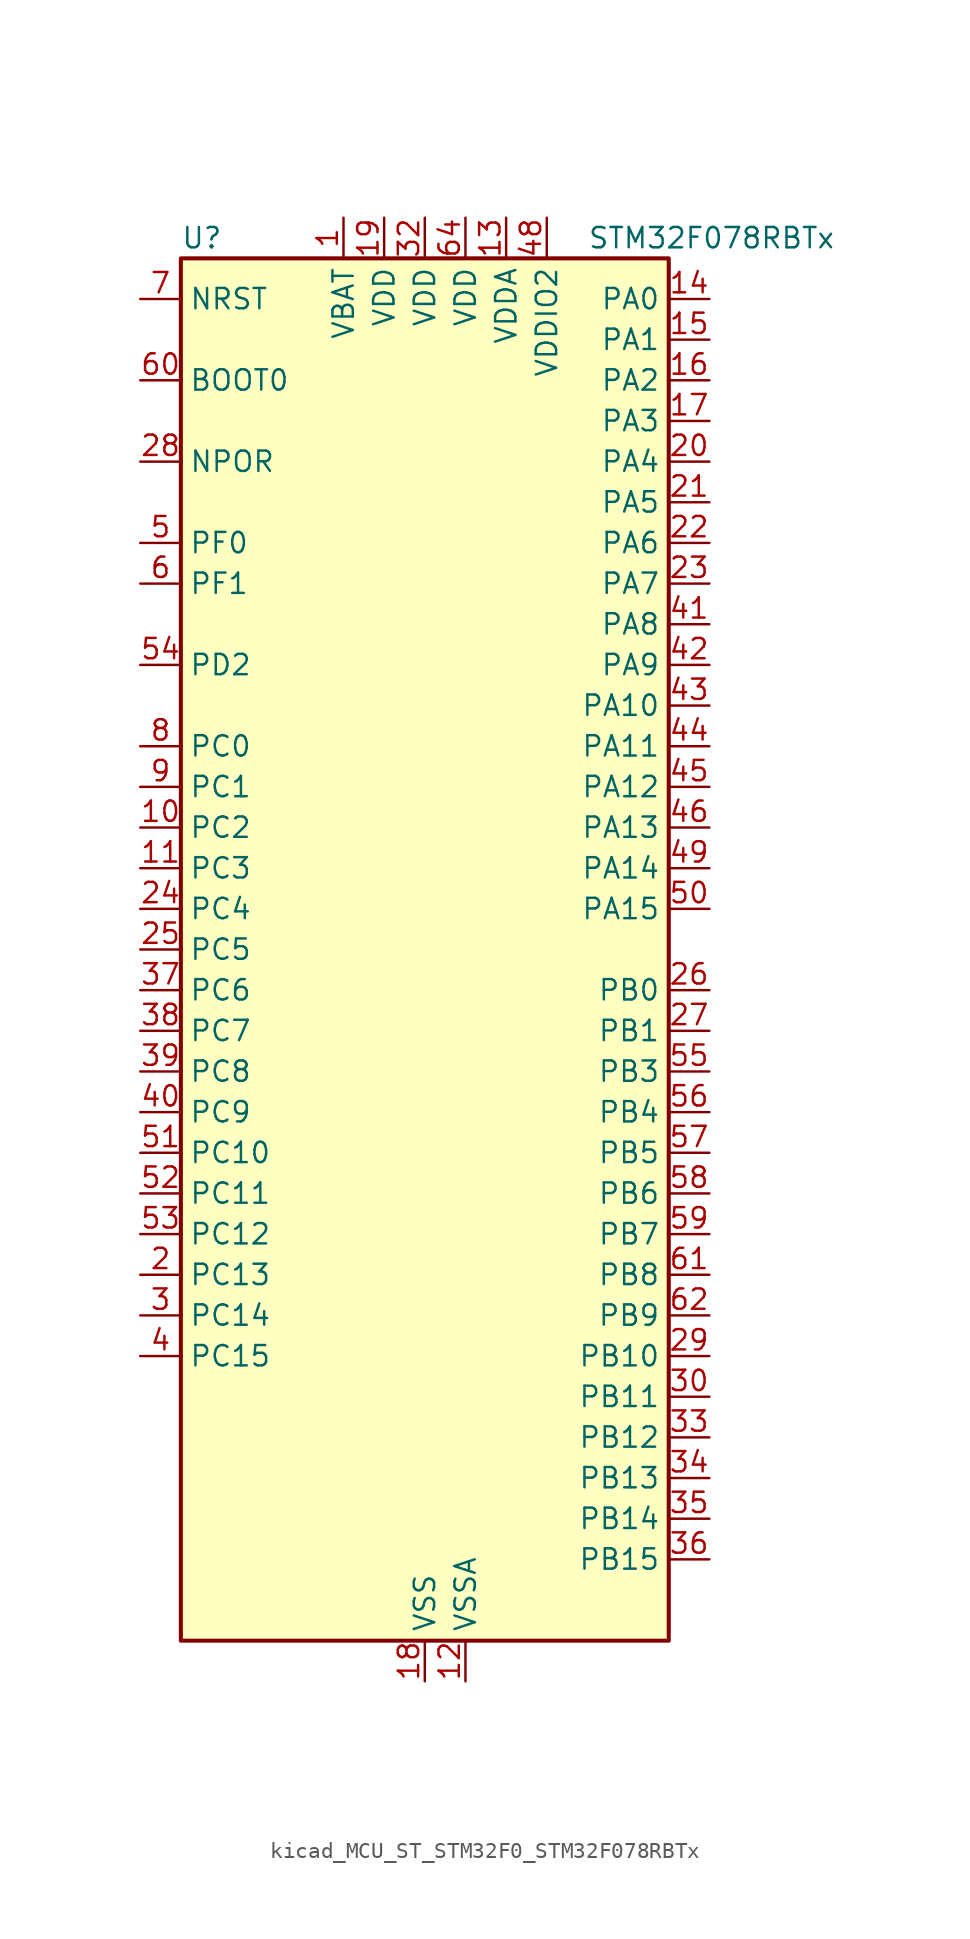
<source format=kicad_sym>
(kicad_symbol_lib
  (version 20220914)
  (generator kicad_symbol_editor)
  (symbol "kicad_MCU_ST_STM32F0_STM32F078RBTx"
    (property "Reference" "U"
      (at -15.24 44.45 0)
      (effects (font (size 1.27 1.27)) (justify left)))
    (property "Value" "STM32F078RBTx"
      (at 10.16 44.45 0)
      (effects (font (size 1.27 1.27)) (justify left)))
    (property "ki_locked" ""
      (at 0 0 0)
      (effects (font (size 1.27 1.27))))
    (symbol "kicad_MCU_ST_STM32F0_STM32F078RBTx_0_1"
      (rectangle (start -15.24 -43.18) (end 15.24 43.18) (stroke (width 0.254) (type default)) (fill (type background))))
    (symbol "kicad_MCU_ST_STM32F0_STM32F078RBTx_1_1"
      (pin power_in line (at -5.08 45.72 270) (length 2.54) (name "VBAT" (effects (font (size 1.27 1.27)))) (number "1" (effects (font (size 1.27 1.27)))))
      (pin bidirectional line (at -17.78 7.62 0) (length 2.54) (name "PC2" (effects (font (size 1.27 1.27)))) (number "10" (effects (font (size 1.27 1.27)))) (alternate "ADC_IN12" bidirectional line) (alternate "I2S2_MCK" bidirectional line) (alternate "SPI2_MISO" bidirectional line))
      (pin bidirectional line (at -17.78 5.08 0) (length 2.54) (name "PC3" (effects (font (size 1.27 1.27)))) (number "11" (effects (font (size 1.27 1.27)))) (alternate "ADC_IN13" bidirectional line) (alternate "I2S2_SD" bidirectional line) (alternate "SPI2_MOSI" bidirectional line))
      (pin power_in line (at 2.54 -45.72 90) (length 2.54) (name "VSSA" (effects (font (size 1.27 1.27)))) (number "12" (effects (font (size 1.27 1.27)))))
      (pin power_in line (at 5.08 45.72 270) (length 2.54) (name "VDDA" (effects (font (size 1.27 1.27)))) (number "13" (effects (font (size 1.27 1.27)))))
      (pin bidirectional line (at 17.78 40.64 180) (length 2.54) (name "PA0" (effects (font (size 1.27 1.27)))) (number "14" (effects (font (size 1.27 1.27)))) (alternate "ADC_IN0" bidirectional line) (alternate "COMP1_INM" bidirectional line) (alternate "COMP1_OUT" bidirectional line) (alternate "RTC_TAMP2" bidirectional line) (alternate "SYS_WKUP1" bidirectional line) (alternate "TIM2_CH1" bidirectional line) (alternate "TIM2_ETR" bidirectional line) (alternate "TSC_G1_IO1" bidirectional line) (alternate "USART2_CTS" bidirectional line) (alternate "USART4_TX" bidirectional line))
      (pin bidirectional line (at 17.78 38.1 180) (length 2.54) (name "PA1" (effects (font (size 1.27 1.27)))) (number "15" (effects (font (size 1.27 1.27)))) (alternate "ADC_IN1" bidirectional line) (alternate "COMP1_INP" bidirectional line) (alternate "TIM15_CH1N" bidirectional line) (alternate "TIM2_CH2" bidirectional line) (alternate "TSC_G1_IO2" bidirectional line) (alternate "USART2_DE" bidirectional line) (alternate "USART2_RTS" bidirectional line) (alternate "USART4_RX" bidirectional line))
      (pin bidirectional line (at 17.78 35.56 180) (length 2.54) (name "PA2" (effects (font (size 1.27 1.27)))) (number "16" (effects (font (size 1.27 1.27)))) (alternate "ADC_IN2" bidirectional line) (alternate "COMP2_INM" bidirectional line) (alternate "COMP2_OUT" bidirectional line) (alternate "SYS_WKUP4" bidirectional line) (alternate "TIM15_CH1" bidirectional line) (alternate "TIM2_CH3" bidirectional line) (alternate "TSC_G1_IO3" bidirectional line) (alternate "USART2_TX" bidirectional line))
      (pin bidirectional line (at 17.78 33.02 180) (length 2.54) (name "PA3" (effects (font (size 1.27 1.27)))) (number "17" (effects (font (size 1.27 1.27)))) (alternate "ADC_IN3" bidirectional line) (alternate "COMP2_INP" bidirectional line) (alternate "TIM15_CH2" bidirectional line) (alternate "TIM2_CH4" bidirectional line) (alternate "TSC_G1_IO4" bidirectional line) (alternate "USART2_RX" bidirectional line))
      (pin power_in line (at 0 -45.72 90) (length 2.54) (name "VSS" (effects (font (size 1.27 1.27)))) (number "18" (effects (font (size 1.27 1.27)))))
      (pin power_in line (at -2.54 45.72 270) (length 2.54) (name "VDD" (effects (font (size 1.27 1.27)))) (number "19" (effects (font (size 1.27 1.27)))))
      (pin bidirectional line (at -17.78 -20.32 0) (length 2.54) (name "PC13" (effects (font (size 1.27 1.27)))) (number "2" (effects (font (size 1.27 1.27)))) (alternate "RTC_OUT_ALARM" bidirectional line) (alternate "RTC_OUT_CALIB" bidirectional line) (alternate "RTC_TAMP1" bidirectional line) (alternate "RTC_TS" bidirectional line) (alternate "SYS_WKUP2" bidirectional line))
      (pin bidirectional line (at 17.78 30.48 180) (length 2.54) (name "PA4" (effects (font (size 1.27 1.27)))) (number "20" (effects (font (size 1.27 1.27)))) (alternate "ADC_IN4" bidirectional line) (alternate "COMP1_INM" bidirectional line) (alternate "COMP2_INM" bidirectional line) (alternate "DAC_OUT1" bidirectional line) (alternate "I2S1_WS" bidirectional line) (alternate "SPI1_NSS" bidirectional line) (alternate "TIM14_CH1" bidirectional line) (alternate "TSC_G2_IO1" bidirectional line) (alternate "USART2_CK" bidirectional line))
      (pin bidirectional line (at 17.78 27.94 180) (length 2.54) (name "PA5" (effects (font (size 1.27 1.27)))) (number "21" (effects (font (size 1.27 1.27)))) (alternate "ADC_IN5" bidirectional line) (alternate "CEC" bidirectional line) (alternate "COMP1_INM" bidirectional line) (alternate "COMP2_INM" bidirectional line) (alternate "DAC_OUT2" bidirectional line) (alternate "I2S1_CK" bidirectional line) (alternate "SPI1_SCK" bidirectional line) (alternate "TIM2_CH1" bidirectional line) (alternate "TIM2_ETR" bidirectional line) (alternate "TSC_G2_IO2" bidirectional line))
      (pin bidirectional line (at 17.78 25.4 180) (length 2.54) (name "PA6" (effects (font (size 1.27 1.27)))) (number "22" (effects (font (size 1.27 1.27)))) (alternate "ADC_IN6" bidirectional line) (alternate "COMP1_OUT" bidirectional line) (alternate "I2S1_MCK" bidirectional line) (alternate "SPI1_MISO" bidirectional line) (alternate "TIM16_CH1" bidirectional line) (alternate "TIM1_BKIN" bidirectional line) (alternate "TIM3_CH1" bidirectional line) (alternate "TSC_G2_IO3" bidirectional line) (alternate "USART3_CTS" bidirectional line))
      (pin bidirectional line (at 17.78 22.86 180) (length 2.54) (name "PA7" (effects (font (size 1.27 1.27)))) (number "23" (effects (font (size 1.27 1.27)))) (alternate "ADC_IN7" bidirectional line) (alternate "COMP2_OUT" bidirectional line) (alternate "I2S1_SD" bidirectional line) (alternate "SPI1_MOSI" bidirectional line) (alternate "TIM14_CH1" bidirectional line) (alternate "TIM17_CH1" bidirectional line) (alternate "TIM1_CH1N" bidirectional line) (alternate "TIM3_CH2" bidirectional line) (alternate "TSC_G2_IO4" bidirectional line))
      (pin bidirectional line (at -17.78 2.54 0) (length 2.54) (name "PC4" (effects (font (size 1.27 1.27)))) (number "24" (effects (font (size 1.27 1.27)))) (alternate "ADC_IN14" bidirectional line) (alternate "USART3_TX" bidirectional line))
      (pin bidirectional line (at -17.78 0 0) (length 2.54) (name "PC5" (effects (font (size 1.27 1.27)))) (number "25" (effects (font (size 1.27 1.27)))) (alternate "ADC_IN15" bidirectional line) (alternate "SYS_WKUP5" bidirectional line) (alternate "TSC_G3_IO1" bidirectional line) (alternate "USART3_RX" bidirectional line))
      (pin bidirectional line (at 17.78 -2.54 180) (length 2.54) (name "PB0" (effects (font (size 1.27 1.27)))) (number "26" (effects (font (size 1.27 1.27)))) (alternate "ADC_IN8" bidirectional line) (alternate "TIM1_CH2N" bidirectional line) (alternate "TIM3_CH3" bidirectional line) (alternate "TSC_G3_IO2" bidirectional line) (alternate "USART3_CK" bidirectional line))
      (pin bidirectional line (at 17.78 -5.08 180) (length 2.54) (name "PB1" (effects (font (size 1.27 1.27)))) (number "27" (effects (font (size 1.27 1.27)))) (alternate "ADC_IN9" bidirectional line) (alternate "TIM14_CH1" bidirectional line) (alternate "TIM1_CH3N" bidirectional line) (alternate "TIM3_CH4" bidirectional line) (alternate "TSC_G3_IO3" bidirectional line) (alternate "USART3_DE" bidirectional line) (alternate "USART3_RTS" bidirectional line))
      (pin input line (at -17.78 30.48 0) (length 2.54) (name "NPOR" (effects (font (size 1.27 1.27)))) (number "28" (effects (font (size 1.27 1.27)))))
      (pin bidirectional line (at 17.78 -25.4 180) (length 2.54) (name "PB10" (effects (font (size 1.27 1.27)))) (number "29" (effects (font (size 1.27 1.27)))) (alternate "CEC" bidirectional line) (alternate "I2C2_SCL" bidirectional line) (alternate "I2S2_CK" bidirectional line) (alternate "SPI2_SCK" bidirectional line) (alternate "TIM2_CH3" bidirectional line) (alternate "TSC_SYNC" bidirectional line) (alternate "USART3_TX" bidirectional line))
      (pin bidirectional line (at -17.78 -22.86 0) (length 2.54) (name "PC14" (effects (font (size 1.27 1.27)))) (number "3" (effects (font (size 1.27 1.27)))) (alternate "RCC_OSC32_IN" bidirectional line))
      (pin bidirectional line (at 17.78 -27.94 180) (length 2.54) (name "PB11" (effects (font (size 1.27 1.27)))) (number "30" (effects (font (size 1.27 1.27)))) (alternate "I2C2_SDA" bidirectional line) (alternate "TIM2_CH4" bidirectional line) (alternate "TSC_G6_IO1" bidirectional line) (alternate "USART3_RX" bidirectional line))
      (pin passive line (at 0 -45.72 90) (length 2.54) hide (name "VSS" (effects (font (size 1.27 1.27)))) (number "31" (effects (font (size 1.27 1.27)))))
      (pin power_in line (at 0 45.72 270) (length 2.54) (name "VDD" (effects (font (size 1.27 1.27)))) (number "32" (effects (font (size 1.27 1.27)))))
      (pin bidirectional line (at 17.78 -30.48 180) (length 2.54) (name "PB12" (effects (font (size 1.27 1.27)))) (number "33" (effects (font (size 1.27 1.27)))) (alternate "I2S2_WS" bidirectional line) (alternate "SPI2_NSS" bidirectional line) (alternate "TIM15_BKIN" bidirectional line) (alternate "TIM1_BKIN" bidirectional line) (alternate "TSC_G6_IO2" bidirectional line) (alternate "USART3_CK" bidirectional line))
      (pin bidirectional line (at 17.78 -33.02 180) (length 2.54) (name "PB13" (effects (font (size 1.27 1.27)))) (number "34" (effects (font (size 1.27 1.27)))) (alternate "I2C2_SCL" bidirectional line) (alternate "I2S2_CK" bidirectional line) (alternate "SPI2_SCK" bidirectional line) (alternate "TIM1_CH1N" bidirectional line) (alternate "TSC_G6_IO3" bidirectional line) (alternate "USART3_CTS" bidirectional line))
      (pin bidirectional line (at 17.78 -35.56 180) (length 2.54) (name "PB14" (effects (font (size 1.27 1.27)))) (number "35" (effects (font (size 1.27 1.27)))) (alternate "I2C2_SDA" bidirectional line) (alternate "I2S2_MCK" bidirectional line) (alternate "SPI2_MISO" bidirectional line) (alternate "TIM15_CH1" bidirectional line) (alternate "TIM1_CH2N" bidirectional line) (alternate "TSC_G6_IO4" bidirectional line) (alternate "USART3_DE" bidirectional line) (alternate "USART3_RTS" bidirectional line))
      (pin bidirectional line (at 17.78 -38.1 180) (length 2.54) (name "PB15" (effects (font (size 1.27 1.27)))) (number "36" (effects (font (size 1.27 1.27)))) (alternate "I2S2_SD" bidirectional line) (alternate "RTC_REFIN" bidirectional line) (alternate "SPI2_MOSI" bidirectional line) (alternate "SYS_WKUP7" bidirectional line) (alternate "TIM15_CH1N" bidirectional line) (alternate "TIM15_CH2" bidirectional line) (alternate "TIM1_CH3N" bidirectional line))
      (pin bidirectional line (at -17.78 -2.54 0) (length 2.54) (name "PC6" (effects (font (size 1.27 1.27)))) (number "37" (effects (font (size 1.27 1.27)))) (alternate "TIM3_CH1" bidirectional line))
      (pin bidirectional line (at -17.78 -5.08 0) (length 2.54) (name "PC7" (effects (font (size 1.27 1.27)))) (number "38" (effects (font (size 1.27 1.27)))) (alternate "TIM3_CH2" bidirectional line))
      (pin bidirectional line (at -17.78 -7.62 0) (length 2.54) (name "PC8" (effects (font (size 1.27 1.27)))) (number "39" (effects (font (size 1.27 1.27)))) (alternate "TIM3_CH3" bidirectional line))
      (pin bidirectional line (at -17.78 -25.4 0) (length 2.54) (name "PC15" (effects (font (size 1.27 1.27)))) (number "4" (effects (font (size 1.27 1.27)))) (alternate "RCC_OSC32_OUT" bidirectional line))
      (pin bidirectional line (at -17.78 -10.16 0) (length 2.54) (name "PC9" (effects (font (size 1.27 1.27)))) (number "40" (effects (font (size 1.27 1.27)))) (alternate "DAC_EXTI9" bidirectional line) (alternate "TIM3_CH4" bidirectional line))
      (pin bidirectional line (at 17.78 20.32 180) (length 2.54) (name "PA8" (effects (font (size 1.27 1.27)))) (number "41" (effects (font (size 1.27 1.27)))) (alternate "CRS_SYNC" bidirectional line) (alternate "RCC_MCO" bidirectional line) (alternate "TIM1_CH1" bidirectional line) (alternate "USART1_CK" bidirectional line))
      (pin bidirectional line (at 17.78 17.78 180) (length 2.54) (name "PA9" (effects (font (size 1.27 1.27)))) (number "42" (effects (font (size 1.27 1.27)))) (alternate "DAC_EXTI9" bidirectional line) (alternate "TIM15_BKIN" bidirectional line) (alternate "TIM1_CH2" bidirectional line) (alternate "TSC_G4_IO1" bidirectional line) (alternate "USART1_TX" bidirectional line))
      (pin bidirectional line (at 17.78 15.24 180) (length 2.54) (name "PA10" (effects (font (size 1.27 1.27)))) (number "43" (effects (font (size 1.27 1.27)))) (alternate "TIM17_BKIN" bidirectional line) (alternate "TIM1_CH3" bidirectional line) (alternate "TSC_G4_IO2" bidirectional line) (alternate "USART1_RX" bidirectional line))
      (pin bidirectional line (at 17.78 12.7 180) (length 2.54) (name "PA11" (effects (font (size 1.27 1.27)))) (number "44" (effects (font (size 1.27 1.27)))) (alternate "COMP1_OUT" bidirectional line) (alternate "TIM1_CH4" bidirectional line) (alternate "TSC_G4_IO3" bidirectional line) (alternate "USART1_CTS" bidirectional line) (alternate "USB_DM" bidirectional line))
      (pin bidirectional line (at 17.78 10.16 180) (length 2.54) (name "PA12" (effects (font (size 1.27 1.27)))) (number "45" (effects (font (size 1.27 1.27)))) (alternate "COMP2_OUT" bidirectional line) (alternate "TIM1_ETR" bidirectional line) (alternate "TSC_G4_IO4" bidirectional line) (alternate "USART1_DE" bidirectional line) (alternate "USART1_RTS" bidirectional line) (alternate "USB_DP" bidirectional line))
      (pin bidirectional line (at 17.78 7.62 180) (length 2.54) (name "PA13" (effects (font (size 1.27 1.27)))) (number "46" (effects (font (size 1.27 1.27)))) (alternate "IR_OUT" bidirectional line) (alternate "SYS_SWDIO" bidirectional line) (alternate "USB_NOE" bidirectional line))
      (pin passive line (at 0 -45.72 90) (length 2.54) hide (name "VSS" (effects (font (size 1.27 1.27)))) (number "47" (effects (font (size 1.27 1.27)))))
      (pin power_in line (at 7.62 45.72 270) (length 2.54) (name "VDDIO2" (effects (font (size 1.27 1.27)))) (number "48" (effects (font (size 1.27 1.27)))))
      (pin bidirectional line (at 17.78 5.08 180) (length 2.54) (name "PA14" (effects (font (size 1.27 1.27)))) (number "49" (effects (font (size 1.27 1.27)))) (alternate "SYS_SWCLK" bidirectional line) (alternate "USART2_TX" bidirectional line))
      (pin bidirectional line (at -17.78 25.4 0) (length 2.54) (name "PF0" (effects (font (size 1.27 1.27)))) (number "5" (effects (font (size 1.27 1.27)))) (alternate "CRS_SYNC" bidirectional line) (alternate "RCC_OSC_IN" bidirectional line))
      (pin bidirectional line (at 17.78 2.54 180) (length 2.54) (name "PA15" (effects (font (size 1.27 1.27)))) (number "50" (effects (font (size 1.27 1.27)))) (alternate "I2S1_WS" bidirectional line) (alternate "SPI1_NSS" bidirectional line) (alternate "TIM2_CH1" bidirectional line) (alternate "TIM2_ETR" bidirectional line) (alternate "USART2_RX" bidirectional line) (alternate "USART4_DE" bidirectional line) (alternate "USART4_RTS" bidirectional line))
      (pin bidirectional line (at -17.78 -12.7 0) (length 2.54) (name "PC10" (effects (font (size 1.27 1.27)))) (number "51" (effects (font (size 1.27 1.27)))) (alternate "USART3_TX" bidirectional line) (alternate "USART4_TX" bidirectional line))
      (pin bidirectional line (at -17.78 -15.24 0) (length 2.54) (name "PC11" (effects (font (size 1.27 1.27)))) (number "52" (effects (font (size 1.27 1.27)))) (alternate "USART3_RX" bidirectional line) (alternate "USART4_RX" bidirectional line))
      (pin bidirectional line (at -17.78 -17.78 0) (length 2.54) (name "PC12" (effects (font (size 1.27 1.27)))) (number "53" (effects (font (size 1.27 1.27)))) (alternate "USART3_CK" bidirectional line) (alternate "USART4_CK" bidirectional line))
      (pin bidirectional line (at -17.78 17.78 0) (length 2.54) (name "PD2" (effects (font (size 1.27 1.27)))) (number "54" (effects (font (size 1.27 1.27)))) (alternate "TIM3_ETR" bidirectional line) (alternate "USART3_DE" bidirectional line) (alternate "USART3_RTS" bidirectional line))
      (pin bidirectional line (at 17.78 -7.62 180) (length 2.54) (name "PB3" (effects (font (size 1.27 1.27)))) (number "55" (effects (font (size 1.27 1.27)))) (alternate "I2S1_CK" bidirectional line) (alternate "SPI1_SCK" bidirectional line) (alternate "TIM2_CH2" bidirectional line) (alternate "TSC_G5_IO1" bidirectional line))
      (pin bidirectional line (at 17.78 -10.16 180) (length 2.54) (name "PB4" (effects (font (size 1.27 1.27)))) (number "56" (effects (font (size 1.27 1.27)))) (alternate "I2S1_MCK" bidirectional line) (alternate "SPI1_MISO" bidirectional line) (alternate "TIM17_BKIN" bidirectional line) (alternate "TIM3_CH1" bidirectional line) (alternate "TSC_G5_IO2" bidirectional line))
      (pin bidirectional line (at 17.78 -12.7 180) (length 2.54) (name "PB5" (effects (font (size 1.27 1.27)))) (number "57" (effects (font (size 1.27 1.27)))) (alternate "I2C1_SMBA" bidirectional line) (alternate "I2S1_SD" bidirectional line) (alternate "SPI1_MOSI" bidirectional line) (alternate "SYS_WKUP6" bidirectional line) (alternate "TIM16_BKIN" bidirectional line) (alternate "TIM3_CH2" bidirectional line))
      (pin bidirectional line (at 17.78 -15.24 180) (length 2.54) (name "PB6" (effects (font (size 1.27 1.27)))) (number "58" (effects (font (size 1.27 1.27)))) (alternate "I2C1_SCL" bidirectional line) (alternate "TIM16_CH1N" bidirectional line) (alternate "TSC_G5_IO3" bidirectional line) (alternate "USART1_TX" bidirectional line))
      (pin bidirectional line (at 17.78 -17.78 180) (length 2.54) (name "PB7" (effects (font (size 1.27 1.27)))) (number "59" (effects (font (size 1.27 1.27)))) (alternate "I2C1_SDA" bidirectional line) (alternate "TIM17_CH1N" bidirectional line) (alternate "TSC_G5_IO4" bidirectional line) (alternate "USART1_RX" bidirectional line) (alternate "USART4_CTS" bidirectional line))
      (pin bidirectional line (at -17.78 22.86 0) (length 2.54) (name "PF1" (effects (font (size 1.27 1.27)))) (number "6" (effects (font (size 1.27 1.27)))) (alternate "RCC_OSC_OUT" bidirectional line))
      (pin input line (at -17.78 35.56 0) (length 2.54) (name "BOOT0" (effects (font (size 1.27 1.27)))) (number "60" (effects (font (size 1.27 1.27)))))
      (pin bidirectional line (at 17.78 -20.32 180) (length 2.54) (name "PB8" (effects (font (size 1.27 1.27)))) (number "61" (effects (font (size 1.27 1.27)))) (alternate "CEC" bidirectional line) (alternate "I2C1_SCL" bidirectional line) (alternate "TIM16_CH1" bidirectional line) (alternate "TSC_SYNC" bidirectional line))
      (pin bidirectional line (at 17.78 -22.86 180) (length 2.54) (name "PB9" (effects (font (size 1.27 1.27)))) (number "62" (effects (font (size 1.27 1.27)))) (alternate "DAC_EXTI9" bidirectional line) (alternate "I2C1_SDA" bidirectional line) (alternate "I2S2_WS" bidirectional line) (alternate "IR_OUT" bidirectional line) (alternate "SPI2_NSS" bidirectional line) (alternate "TIM17_CH1" bidirectional line))
      (pin passive line (at 0 -45.72 90) (length 2.54) hide (name "VSS" (effects (font (size 1.27 1.27)))) (number "63" (effects (font (size 1.27 1.27)))))
      (pin power_in line (at 2.54 45.72 270) (length 2.54) (name "VDD" (effects (font (size 1.27 1.27)))) (number "64" (effects (font (size 1.27 1.27)))))
      (pin input line (at -17.78 40.64 0) (length 2.54) (name "NRST" (effects (font (size 1.27 1.27)))) (number "7" (effects (font (size 1.27 1.27)))))
      (pin bidirectional line (at -17.78 12.7 0) (length 2.54) (name "PC0" (effects (font (size 1.27 1.27)))) (number "8" (effects (font (size 1.27 1.27)))) (alternate "ADC_IN10" bidirectional line))
      (pin bidirectional line (at -17.78 10.16 0) (length 2.54) (name "PC1" (effects (font (size 1.27 1.27)))) (number "9" (effects (font (size 1.27 1.27)))) (alternate "ADC_IN11" bidirectional line)))))
</source>
